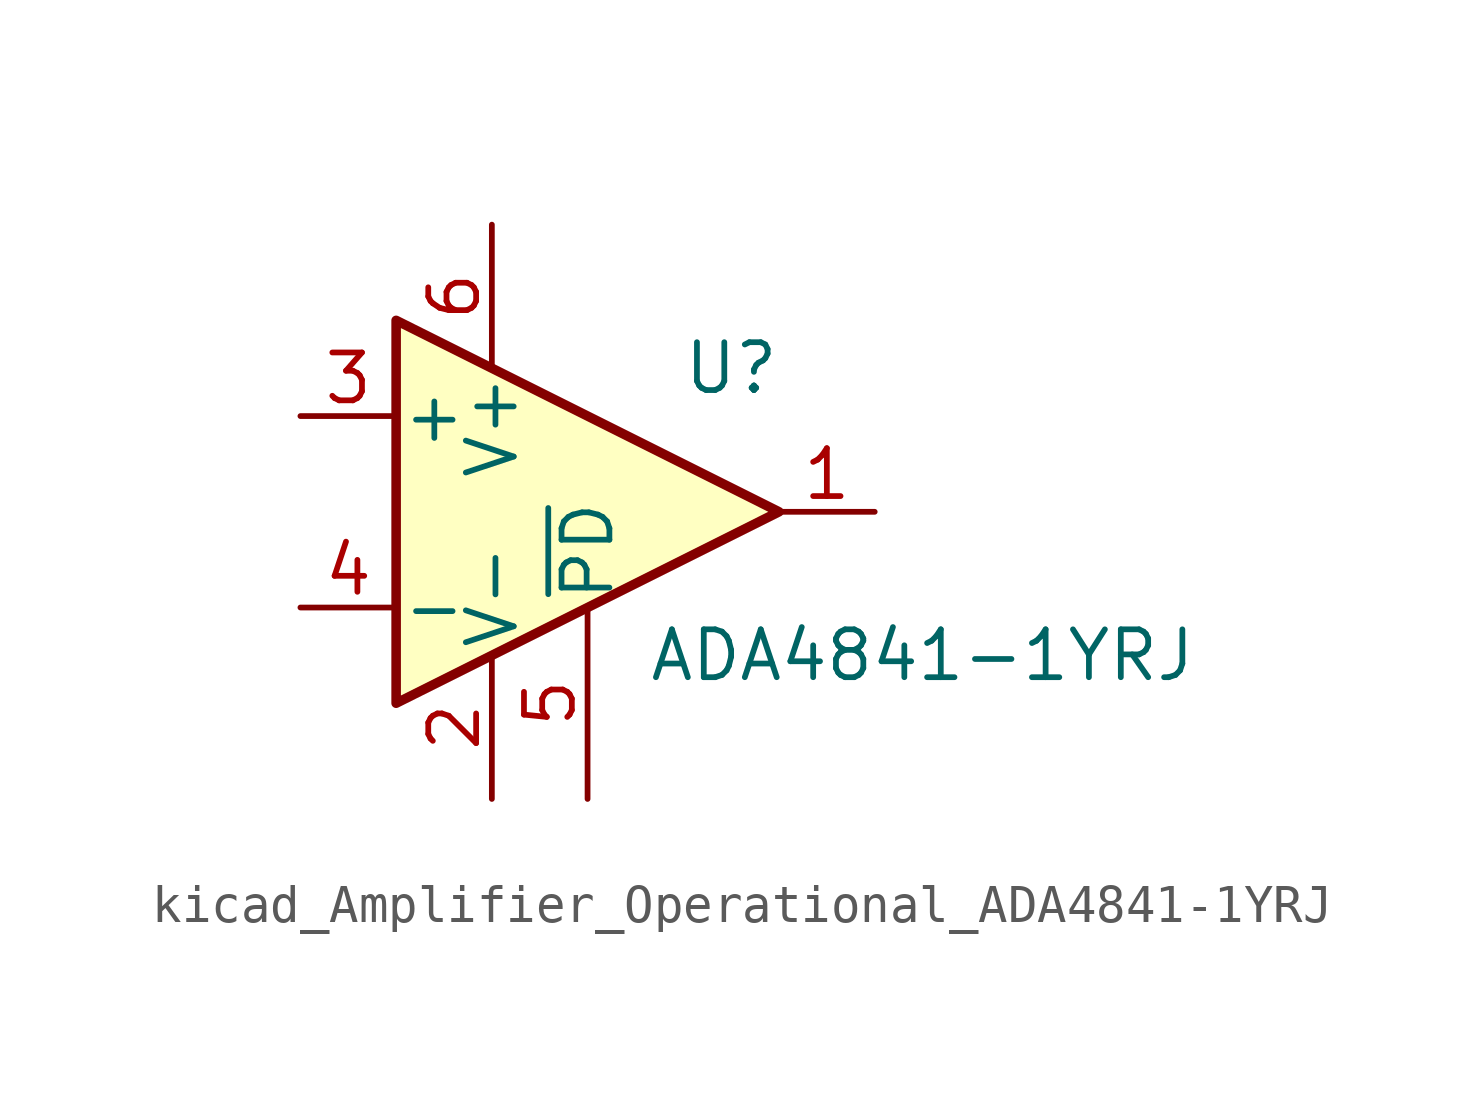
<source format=kicad_sym>
(kicad_symbol_lib
  (version 20220914)
  (generator kicad_symbol_editor)
  (symbol "kicad_Amplifier_Operational_ADA4841-1YRJ"
    (pin_names
      (offset 0.127))
    (property "Reference" "U"
      (at 3.81 3.81 0)
      (effects (font (size 1.27 1.27))))
    (property "Value" "ADA4841-1YRJ"
      (at 8.89 -3.81 0)
      (effects (font (size 1.27 1.27))))
    (symbol "kicad_Amplifier_Operational_ADA4841-1YRJ_1_1"
      (polyline (pts (xy -5.08 5.08) (xy 5.08 0) (xy -5.08 -5.08) (xy -5.08 5.08)) (stroke (width 0.254) (type default)) (fill (type background)))
      (pin output line (at 7.62 0 180) (length 2.54) (name "~" (effects (font (size 1.27 1.27)))) (number "1" (effects (font (size 1.27 1.27)))))
      (pin power_in line (at -2.54 -7.62 90) (length 3.81) (name "V-" (effects (font (size 1.27 1.27)))) (number "2" (effects (font (size 1.27 1.27)))))
      (pin input line (at -7.62 2.54 0) (length 2.54) (name "+" (effects (font (size 1.27 1.27)))) (number "3" (effects (font (size 1.27 1.27)))))
      (pin input line (at -7.62 -2.54 0) (length 2.54) (name "-" (effects (font (size 1.27 1.27)))) (number "4" (effects (font (size 1.27 1.27)))))
      (pin input line (at 0 -7.62 90) (length 5.08) (name "~{PD}" (effects (font (size 1.27 1.27)))) (number "5" (effects (font (size 1.27 1.27)))))
      (pin power_in line (at -2.54 7.62 270) (length 3.81) (name "V+" (effects (font (size 1.27 1.27)))) (number "6" (effects (font (size 1.27 1.27))))))))
</source>
